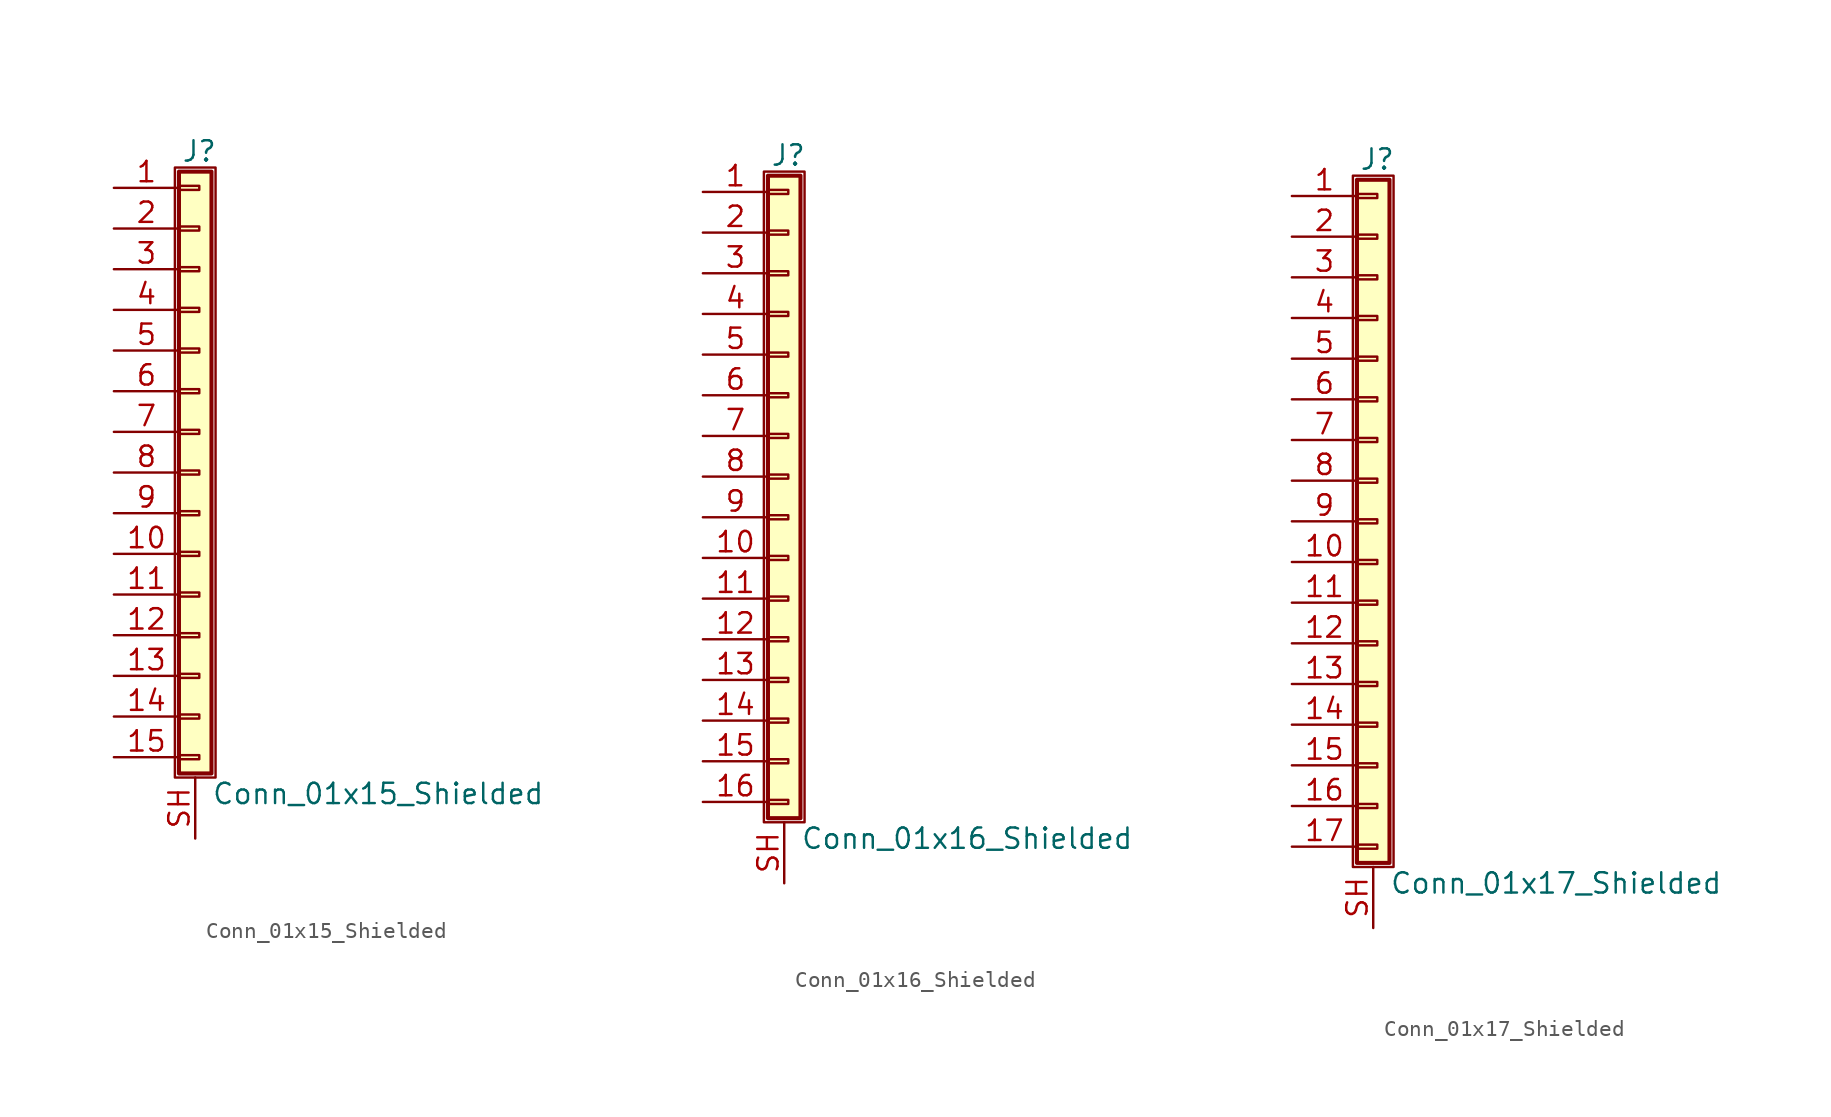
<source format=kicad_sym>
(kicad_symbol_lib
  (version 20201005)
  (generator kicad_symbol_editor)
  (symbol "Connector_Generic_Shielded:Conn_01x15_Shielded"
    (pin_names
      (offset 1.016) hide)
    (property "Reference" "J"
      (at 0.254 20.066 0)
      (effects (font (size 1.27 1.27))))
    (property "Value" "Conn_01x15_Shielded"
      (at 1.016 -20.066 0)
      (effects (font (size 1.27 1.27)) (justify left)))
    (symbol "Conn_01x15_Shielded_1_1"
      (rectangle (start -1.016 -4.953) (end 0.254 -5.207) (stroke (width 0.152)) (fill (type none)))
      (rectangle (start -1.016 -7.493) (end 0.254 -7.747) (stroke (width 0.152)) (fill (type none)))
      (rectangle (start -1.016 -10.033) (end 0.254 -10.287) (stroke (width 0.152)) (fill (type none)))
      (rectangle (start -1.016 -12.573) (end 0.254 -12.827) (stroke (width 0.152)) (fill (type none)))
      (rectangle (start -1.016 -15.113) (end 0.254 -15.367) (stroke (width 0.152)) (fill (type none)))
      (rectangle (start -1.016 -17.653) (end 0.254 -17.907) (stroke (width 0.152)) (fill (type none)))
      (rectangle (start -1.016 -2.413) (end 0.254 -2.667) (stroke (width 0.152)) (fill (type none)))
      (rectangle (start -1.016 2.667) (end 0.254 2.413) (stroke (width 0.152)) (fill (type none)))
      (rectangle (start -1.016 5.207) (end 0.254 4.953) (stroke (width 0.152)) (fill (type none)))
      (rectangle (start -1.016 7.747) (end 0.254 7.493) (stroke (width 0.152)) (fill (type none)))
      (rectangle (start -1.016 10.287) (end 0.254 10.033) (stroke (width 0.152)) (fill (type none)))
      (rectangle (start -1.016 0.127) (end 0.254 -0.127) (stroke (width 0.152)) (fill (type none)))
      (rectangle (start -1.016 12.827) (end 0.254 12.573) (stroke (width 0.152)) (fill (type none)))
      (rectangle (start -1.016 15.367) (end 0.254 15.113) (stroke (width 0.152)) (fill (type none)))
      (rectangle (start -1.016 17.907) (end 0.254 17.653) (stroke (width 0.152)) (fill (type none)))
      (rectangle (start -1.016 18.796) (end 1.016 -18.796) (stroke (width 0.254)) (fill (type background)))
      (rectangle (start -1.27 19.05) (end 1.27 -19.05) (stroke (width 0.152)) (fill (type none)))
      (pin passive line (at -5.08 17.78 0) (length 4.064) (name "Pin_1" (effects (font (size 1.27 1.27)))) (number "1" (effects (font (size 1.27 1.27)))))
      (pin passive line (at -5.08 -5.08 0) (length 4.064) (name "Pin_10" (effects (font (size 1.27 1.27)))) (number "10" (effects (font (size 1.27 1.27)))))
      (pin passive line (at -5.08 -7.62 0) (length 4.064) (name "Pin_11" (effects (font (size 1.27 1.27)))) (number "11" (effects (font (size 1.27 1.27)))))
      (pin passive line (at -5.08 -10.16 0) (length 4.064) (name "Pin_12" (effects (font (size 1.27 1.27)))) (number "12" (effects (font (size 1.27 1.27)))))
      (pin passive line (at -5.08 -12.7 0) (length 4.064) (name "Pin_13" (effects (font (size 1.27 1.27)))) (number "13" (effects (font (size 1.27 1.27)))))
      (pin passive line (at -5.08 -15.24 0) (length 4.064) (name "Pin_14" (effects (font (size 1.27 1.27)))) (number "14" (effects (font (size 1.27 1.27)))))
      (pin passive line (at -5.08 -17.78 0) (length 4.064) (name "Pin_15" (effects (font (size 1.27 1.27)))) (number "15" (effects (font (size 1.27 1.27)))))
      (pin passive line (at -5.08 15.24 0) (length 4.064) (name "Pin_2" (effects (font (size 1.27 1.27)))) (number "2" (effects (font (size 1.27 1.27)))))
      (pin passive line (at -5.08 12.7 0) (length 4.064) (name "Pin_3" (effects (font (size 1.27 1.27)))) (number "3" (effects (font (size 1.27 1.27)))))
      (pin passive line (at -5.08 10.16 0) (length 4.064) (name "Pin_4" (effects (font (size 1.27 1.27)))) (number "4" (effects (font (size 1.27 1.27)))))
      (pin passive line (at -5.08 7.62 0) (length 4.064) (name "Pin_5" (effects (font (size 1.27 1.27)))) (number "5" (effects (font (size 1.27 1.27)))))
      (pin passive line (at -5.08 5.08 0) (length 4.064) (name "Pin_6" (effects (font (size 1.27 1.27)))) (number "6" (effects (font (size 1.27 1.27)))))
      (pin passive line (at -5.08 2.54 0) (length 4.064) (name "Pin_7" (effects (font (size 1.27 1.27)))) (number "7" (effects (font (size 1.27 1.27)))))
      (pin passive line (at -5.08 0 0) (length 4.064) (name "Pin_8" (effects (font (size 1.27 1.27)))) (number "8" (effects (font (size 1.27 1.27)))))
      (pin passive line (at -5.08 -2.54 0) (length 4.064) (name "Pin_9" (effects (font (size 1.27 1.27)))) (number "9" (effects (font (size 1.27 1.27)))))
      (pin passive line (at 0 -22.86 90) (length 3.81) (name "Shield" (effects (font (size 1.27 1.27)))) (number "SH" (effects (font (size 1.27 1.27)))))))
  (symbol "Connector_Generic_Shielded:Conn_01x16_Shielded"
    (pin_names
      (offset 1.016) hide)
    (property "Reference" "J"
      (at 0.254 20.066 0)
      (effects (font (size 1.27 1.27))))
    (property "Value" "Conn_01x16_Shielded"
      (at 1.016 -22.606 0)
      (effects (font (size 1.27 1.27)) (justify left)))
    (symbol "Conn_01x16_Shielded_1_1"
      (rectangle (start -1.016 -4.953) (end 0.254 -5.207) (stroke (width 0.152)) (fill (type none)))
      (rectangle (start -1.016 -7.493) (end 0.254 -7.747) (stroke (width 0.152)) (fill (type none)))
      (rectangle (start -1.016 -10.033) (end 0.254 -10.287) (stroke (width 0.152)) (fill (type none)))
      (rectangle (start -1.016 -12.573) (end 0.254 -12.827) (stroke (width 0.152)) (fill (type none)))
      (rectangle (start -1.016 -15.113) (end 0.254 -15.367) (stroke (width 0.152)) (fill (type none)))
      (rectangle (start -1.016 -17.653) (end 0.254 -17.907) (stroke (width 0.152)) (fill (type none)))
      (rectangle (start -1.016 -20.193) (end 0.254 -20.447) (stroke (width 0.152)) (fill (type none)))
      (rectangle (start -1.016 -2.413) (end 0.254 -2.667) (stroke (width 0.152)) (fill (type none)))
      (rectangle (start -1.016 2.667) (end 0.254 2.413) (stroke (width 0.152)) (fill (type none)))
      (rectangle (start -1.016 5.207) (end 0.254 4.953) (stroke (width 0.152)) (fill (type none)))
      (rectangle (start -1.016 7.747) (end 0.254 7.493) (stroke (width 0.152)) (fill (type none)))
      (rectangle (start -1.016 10.287) (end 0.254 10.033) (stroke (width 0.152)) (fill (type none)))
      (rectangle (start -1.016 0.127) (end 0.254 -0.127) (stroke (width 0.152)) (fill (type none)))
      (rectangle (start -1.016 12.827) (end 0.254 12.573) (stroke (width 0.152)) (fill (type none)))
      (rectangle (start -1.016 15.367) (end 0.254 15.113) (stroke (width 0.152)) (fill (type none)))
      (rectangle (start -1.016 17.907) (end 0.254 17.653) (stroke (width 0.152)) (fill (type none)))
      (rectangle (start -1.016 18.796) (end 1.016 -21.336) (stroke (width 0.254)) (fill (type background)))
      (rectangle (start -1.27 19.05) (end 1.27 -21.59) (stroke (width 0.152)) (fill (type none)))
      (pin passive line (at -5.08 17.78 0) (length 4.064) (name "Pin_1" (effects (font (size 1.27 1.27)))) (number "1" (effects (font (size 1.27 1.27)))))
      (pin passive line (at -5.08 -5.08 0) (length 4.064) (name "Pin_10" (effects (font (size 1.27 1.27)))) (number "10" (effects (font (size 1.27 1.27)))))
      (pin passive line (at -5.08 -7.62 0) (length 4.064) (name "Pin_11" (effects (font (size 1.27 1.27)))) (number "11" (effects (font (size 1.27 1.27)))))
      (pin passive line (at -5.08 -10.16 0) (length 4.064) (name "Pin_12" (effects (font (size 1.27 1.27)))) (number "12" (effects (font (size 1.27 1.27)))))
      (pin passive line (at -5.08 -12.7 0) (length 4.064) (name "Pin_13" (effects (font (size 1.27 1.27)))) (number "13" (effects (font (size 1.27 1.27)))))
      (pin passive line (at -5.08 -15.24 0) (length 4.064) (name "Pin_14" (effects (font (size 1.27 1.27)))) (number "14" (effects (font (size 1.27 1.27)))))
      (pin passive line (at -5.08 -17.78 0) (length 4.064) (name "Pin_15" (effects (font (size 1.27 1.27)))) (number "15" (effects (font (size 1.27 1.27)))))
      (pin passive line (at -5.08 -20.32 0) (length 4.064) (name "Pin_16" (effects (font (size 1.27 1.27)))) (number "16" (effects (font (size 1.27 1.27)))))
      (pin passive line (at -5.08 15.24 0) (length 4.064) (name "Pin_2" (effects (font (size 1.27 1.27)))) (number "2" (effects (font (size 1.27 1.27)))))
      (pin passive line (at -5.08 12.7 0) (length 4.064) (name "Pin_3" (effects (font (size 1.27 1.27)))) (number "3" (effects (font (size 1.27 1.27)))))
      (pin passive line (at -5.08 10.16 0) (length 4.064) (name "Pin_4" (effects (font (size 1.27 1.27)))) (number "4" (effects (font (size 1.27 1.27)))))
      (pin passive line (at -5.08 7.62 0) (length 4.064) (name "Pin_5" (effects (font (size 1.27 1.27)))) (number "5" (effects (font (size 1.27 1.27)))))
      (pin passive line (at -5.08 5.08 0) (length 4.064) (name "Pin_6" (effects (font (size 1.27 1.27)))) (number "6" (effects (font (size 1.27 1.27)))))
      (pin passive line (at -5.08 2.54 0) (length 4.064) (name "Pin_7" (effects (font (size 1.27 1.27)))) (number "7" (effects (font (size 1.27 1.27)))))
      (pin passive line (at -5.08 0 0) (length 4.064) (name "Pin_8" (effects (font (size 1.27 1.27)))) (number "8" (effects (font (size 1.27 1.27)))))
      (pin passive line (at -5.08 -2.54 0) (length 4.064) (name "Pin_9" (effects (font (size 1.27 1.27)))) (number "9" (effects (font (size 1.27 1.27)))))
      (pin passive line (at 0 -25.4 90) (length 3.81) (name "Shield" (effects (font (size 1.27 1.27)))) (number "SH" (effects (font (size 1.27 1.27)))))))
  (symbol "Connector_Generic_Shielded:Conn_01x17_Shielded"
    (pin_names
      (offset 1.016) hide)
    (property "Reference" "J"
      (at 0.254 22.606 0)
      (effects (font (size 1.27 1.27))))
    (property "Value" "Conn_01x17_Shielded"
      (at 1.016 -22.606 0)
      (effects (font (size 1.27 1.27)) (justify left)))
    (symbol "Conn_01x17_Shielded_1_1"
      (rectangle (start -1.016 -4.953) (end 0.254 -5.207) (stroke (width 0.152)) (fill (type none)))
      (rectangle (start -1.016 -7.493) (end 0.254 -7.747) (stroke (width 0.152)) (fill (type none)))
      (rectangle (start -1.016 -10.033) (end 0.254 -10.287) (stroke (width 0.152)) (fill (type none)))
      (rectangle (start -1.016 -12.573) (end 0.254 -12.827) (stroke (width 0.152)) (fill (type none)))
      (rectangle (start -1.016 -15.113) (end 0.254 -15.367) (stroke (width 0.152)) (fill (type none)))
      (rectangle (start -1.016 -17.653) (end 0.254 -17.907) (stroke (width 0.152)) (fill (type none)))
      (rectangle (start -1.016 -20.193) (end 0.254 -20.447) (stroke (width 0.152)) (fill (type none)))
      (rectangle (start -1.016 -2.413) (end 0.254 -2.667) (stroke (width 0.152)) (fill (type none)))
      (rectangle (start -1.016 2.667) (end 0.254 2.413) (stroke (width 0.152)) (fill (type none)))
      (rectangle (start -1.016 5.207) (end 0.254 4.953) (stroke (width 0.152)) (fill (type none)))
      (rectangle (start -1.016 7.747) (end 0.254 7.493) (stroke (width 0.152)) (fill (type none)))
      (rectangle (start -1.016 10.287) (end 0.254 10.033) (stroke (width 0.152)) (fill (type none)))
      (rectangle (start -1.016 0.127) (end 0.254 -0.127) (stroke (width 0.152)) (fill (type none)))
      (rectangle (start -1.016 12.827) (end 0.254 12.573) (stroke (width 0.152)) (fill (type none)))
      (rectangle (start -1.016 15.367) (end 0.254 15.113) (stroke (width 0.152)) (fill (type none)))
      (rectangle (start -1.016 17.907) (end 0.254 17.653) (stroke (width 0.152)) (fill (type none)))
      (rectangle (start -1.016 20.447) (end 0.254 20.193) (stroke (width 0.152)) (fill (type none)))
      (rectangle (start -1.016 21.336) (end 1.016 -21.336) (stroke (width 0.254)) (fill (type background)))
      (rectangle (start -1.27 21.59) (end 1.27 -21.59) (stroke (width 0.152)) (fill (type none)))
      (pin passive line (at -5.08 20.32 0) (length 4.064) (name "Pin_1" (effects (font (size 1.27 1.27)))) (number "1" (effects (font (size 1.27 1.27)))))
      (pin passive line (at -5.08 -2.54 0) (length 4.064) (name "Pin_10" (effects (font (size 1.27 1.27)))) (number "10" (effects (font (size 1.27 1.27)))))
      (pin passive line (at -5.08 -5.08 0) (length 4.064) (name "Pin_11" (effects (font (size 1.27 1.27)))) (number "11" (effects (font (size 1.27 1.27)))))
      (pin passive line (at -5.08 -7.62 0) (length 4.064) (name "Pin_12" (effects (font (size 1.27 1.27)))) (number "12" (effects (font (size 1.27 1.27)))))
      (pin passive line (at -5.08 -10.16 0) (length 4.064) (name "Pin_13" (effects (font (size 1.27 1.27)))) (number "13" (effects (font (size 1.27 1.27)))))
      (pin passive line (at -5.08 -12.7 0) (length 4.064) (name "Pin_14" (effects (font (size 1.27 1.27)))) (number "14" (effects (font (size 1.27 1.27)))))
      (pin passive line (at -5.08 -15.24 0) (length 4.064) (name "Pin_15" (effects (font (size 1.27 1.27)))) (number "15" (effects (font (size 1.27 1.27)))))
      (pin passive line (at -5.08 -17.78 0) (length 4.064) (name "Pin_16" (effects (font (size 1.27 1.27)))) (number "16" (effects (font (size 1.27 1.27)))))
      (pin passive line (at -5.08 -20.32 0) (length 4.064) (name "Pin_17" (effects (font (size 1.27 1.27)))) (number "17" (effects (font (size 1.27 1.27)))))
      (pin passive line (at -5.08 17.78 0) (length 4.064) (name "Pin_2" (effects (font (size 1.27 1.27)))) (number "2" (effects (font (size 1.27 1.27)))))
      (pin passive line (at -5.08 15.24 0) (length 4.064) (name "Pin_3" (effects (font (size 1.27 1.27)))) (number "3" (effects (font (size 1.27 1.27)))))
      (pin passive line (at -5.08 12.7 0) (length 4.064) (name "Pin_4" (effects (font (size 1.27 1.27)))) (number "4" (effects (font (size 1.27 1.27)))))
      (pin passive line (at -5.08 10.16 0) (length 4.064) (name "Pin_5" (effects (font (size 1.27 1.27)))) (number "5" (effects (font (size 1.27 1.27)))))
      (pin passive line (at -5.08 7.62 0) (length 4.064) (name "Pin_6" (effects (font (size 1.27 1.27)))) (number "6" (effects (font (size 1.27 1.27)))))
      (pin passive line (at -5.08 5.08 0) (length 4.064) (name "Pin_7" (effects (font (size 1.27 1.27)))) (number "7" (effects (font (size 1.27 1.27)))))
      (pin passive line (at -5.08 2.54 0) (length 4.064) (name "Pin_8" (effects (font (size 1.27 1.27)))) (number "8" (effects (font (size 1.27 1.27)))))
      (pin passive line (at -5.08 0 0) (length 4.064) (name "Pin_9" (effects (font (size 1.27 1.27)))) (number "9" (effects (font (size 1.27 1.27)))))
      (pin passive line (at 0 -25.4 90) (length 3.81) (name "Shield" (effects (font (size 1.27 1.27)))) (number "SH" (effects (font (size 1.27 1.27))))))))
</source>
